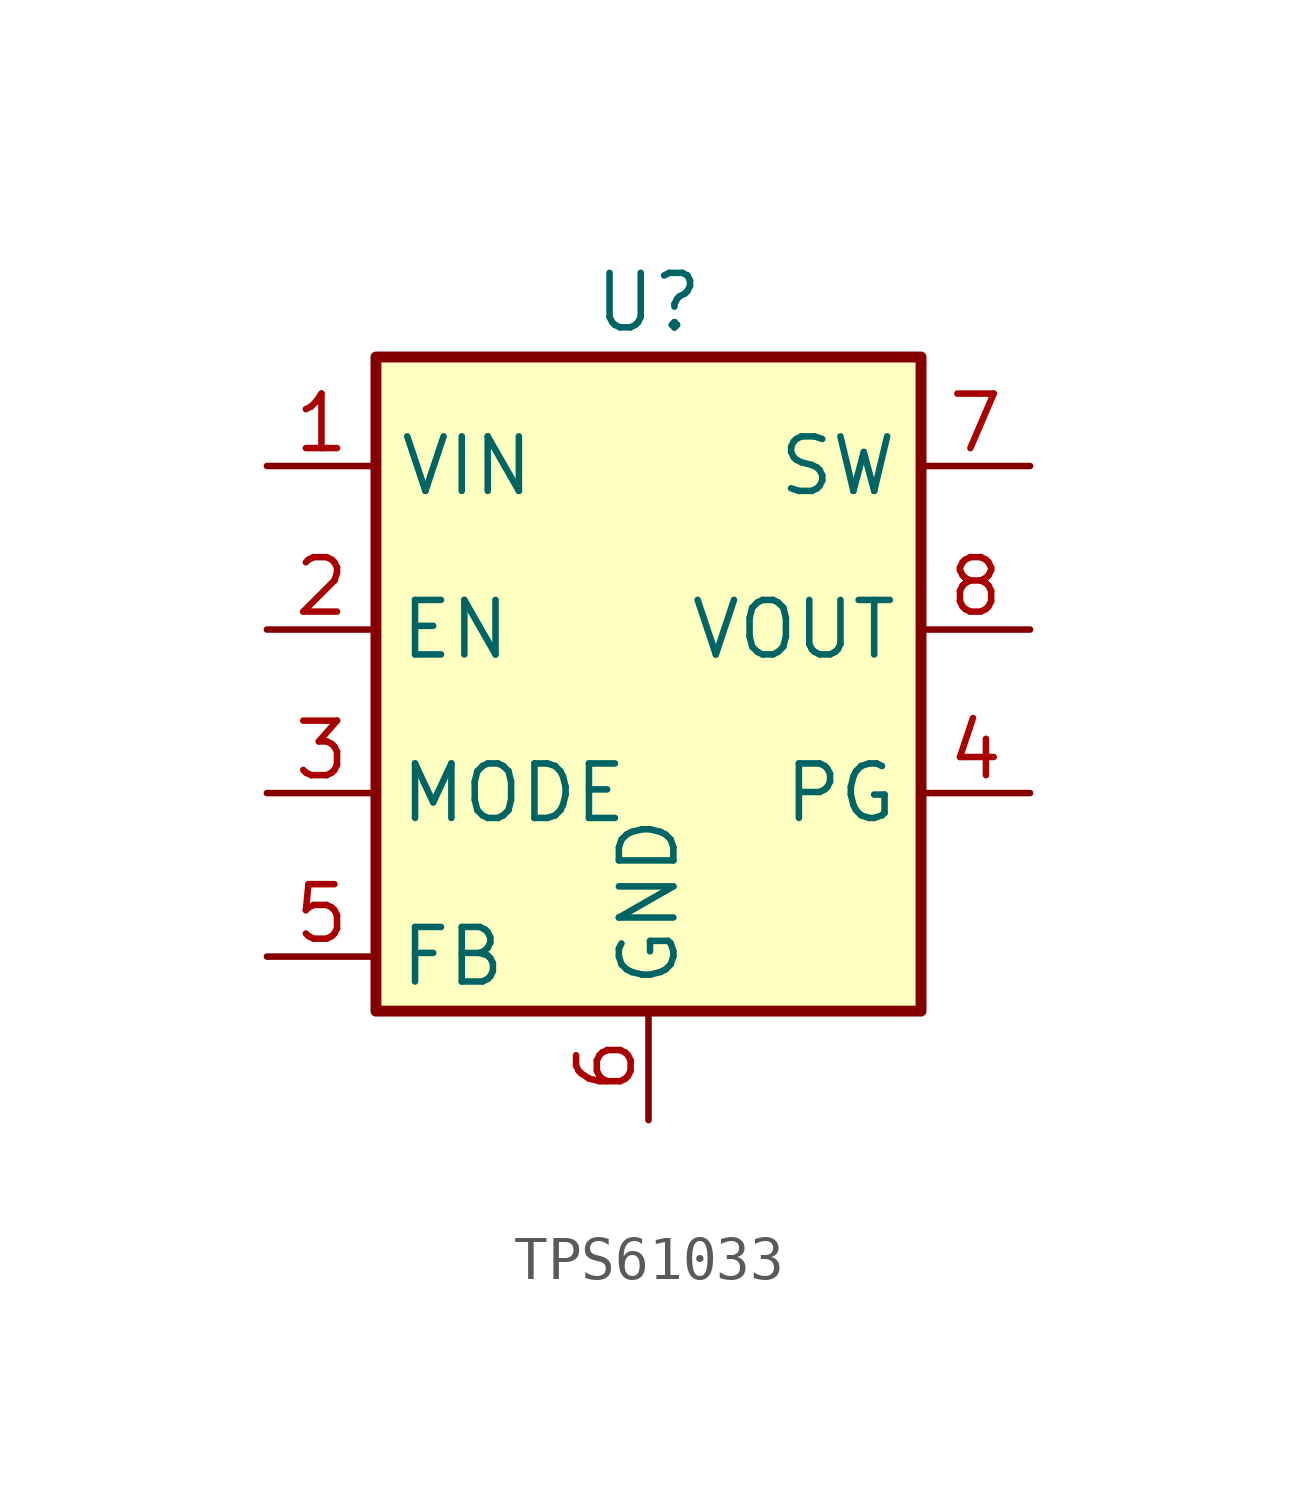
<source format=kicad_sym>
(kicad_symbol_lib
  (version 20231120)
  (generator "kicad_symbol_editor")
  (generator_version "8.0")
  (symbol "TPS61033"
    (property "Reference" "U"
      (at 0 8.89 0)
      (effects (font (size 1.27 1.27))))
    (property "Value" ""
      (at 0 0 0)
      (effects (font (size 1.27 1.27))))
    (symbol "TPS61033_1_1"
      (rectangle (start -6.35 7.62) (end 6.35 -7.62) (stroke (width 0.254) (type default)) (fill (type background)))
      (pin power_in line (at -8.89 5.08 0) (length 2.54) (name "VIN" (effects (font (size 1.27 1.27)))) (number "1" (effects (font (size 1.27 1.27)))))
      (pin input line (at -8.89 1.27 0) (length 2.54) (name "EN" (effects (font (size 1.27 1.27)))) (number "2" (effects (font (size 1.27 1.27)))))
      (pin input line (at -8.89 -2.54 0) (length 2.54) (name "MODE" (effects (font (size 1.27 1.27)))) (number "3" (effects (font (size 1.27 1.27)))))
      (pin output line (at 8.89 -2.54 180) (length 2.54) (name "PG" (effects (font (size 1.27 1.27)))) (number "4" (effects (font (size 1.27 1.27)))))
      (pin input line (at -8.89 -6.35 0) (length 2.54) (name "FB" (effects (font (size 1.27 1.27)))) (number "5" (effects (font (size 1.27 1.27)))))
      (pin power_in line (at 0 -10.16 90) (length 2.54) (name "GND" (effects (font (size 1.27 1.27)))) (number "6" (effects (font (size 1.27 1.27)))))
      (pin power_out line (at 8.89 5.08 180) (length 2.54) (name "SW" (effects (font (size 1.27 1.27)))) (number "7" (effects (font (size 1.27 1.27)))))
      (pin power_out line (at 8.89 1.27 180) (length 2.54) (name "VOUT" (effects (font (size 1.27 1.27)))) (number "8" (effects (font (size 1.27 1.27))))))))
</source>
